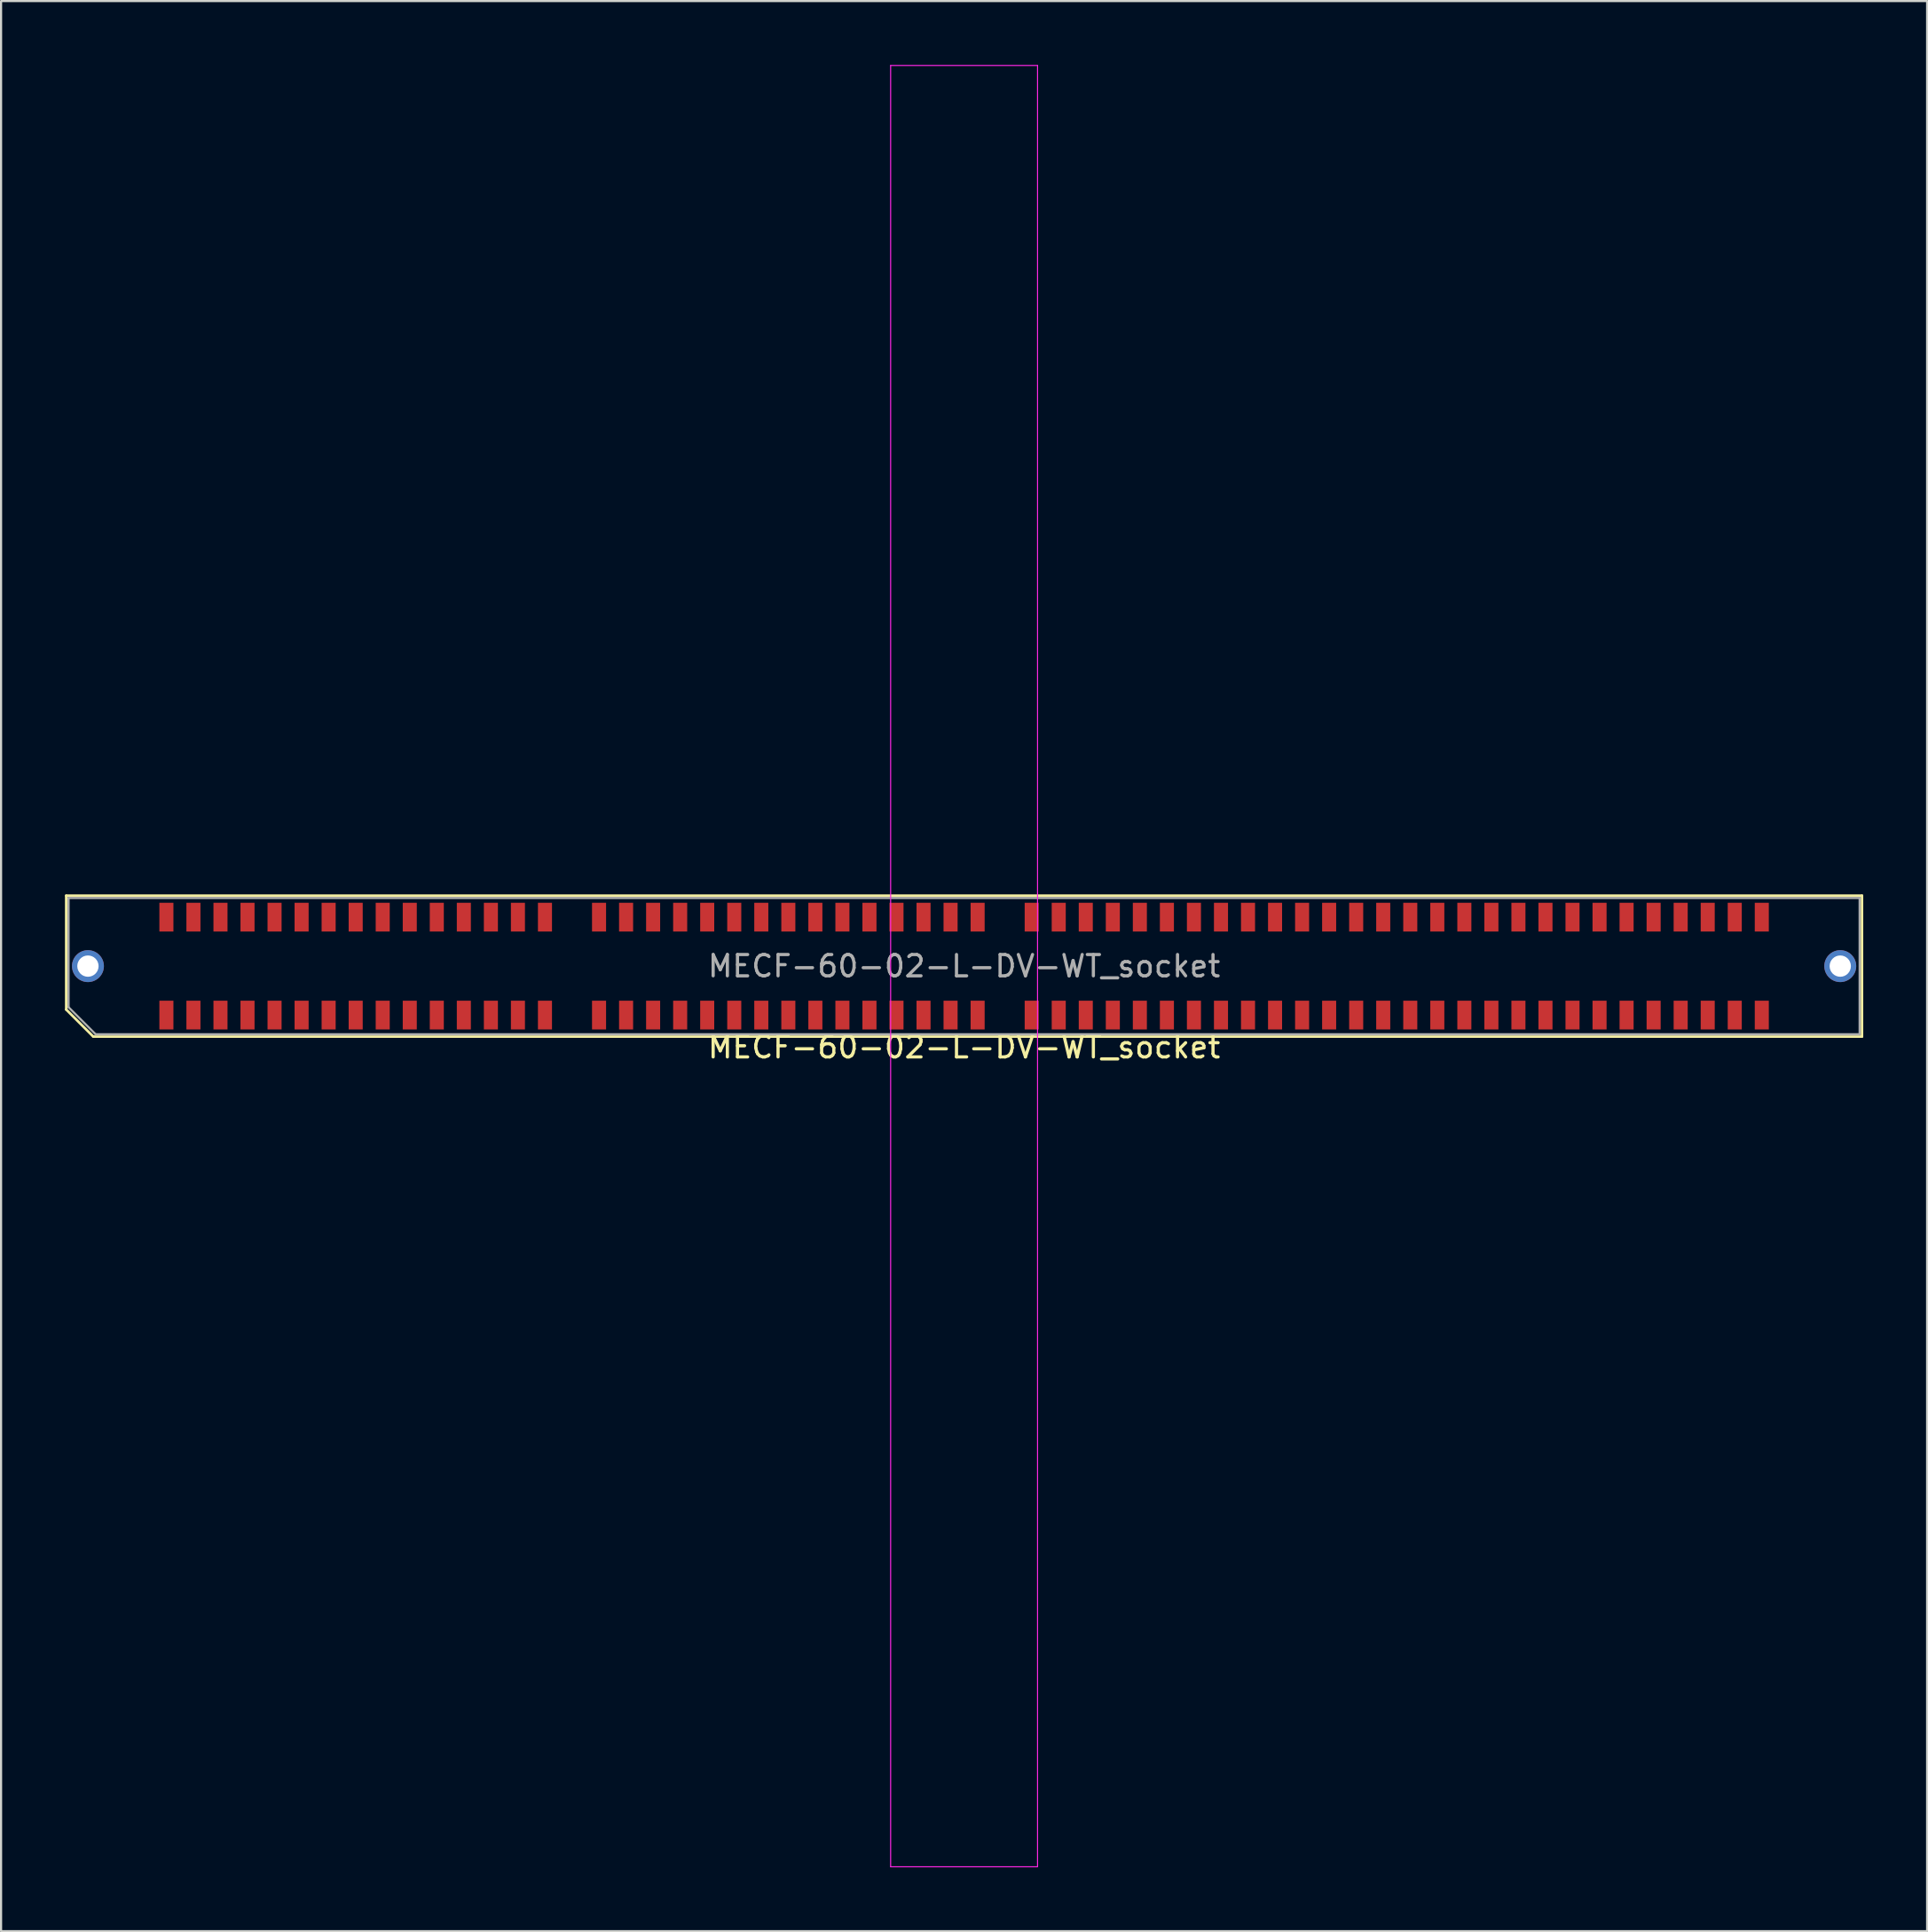
<source format=kicad_pcb>
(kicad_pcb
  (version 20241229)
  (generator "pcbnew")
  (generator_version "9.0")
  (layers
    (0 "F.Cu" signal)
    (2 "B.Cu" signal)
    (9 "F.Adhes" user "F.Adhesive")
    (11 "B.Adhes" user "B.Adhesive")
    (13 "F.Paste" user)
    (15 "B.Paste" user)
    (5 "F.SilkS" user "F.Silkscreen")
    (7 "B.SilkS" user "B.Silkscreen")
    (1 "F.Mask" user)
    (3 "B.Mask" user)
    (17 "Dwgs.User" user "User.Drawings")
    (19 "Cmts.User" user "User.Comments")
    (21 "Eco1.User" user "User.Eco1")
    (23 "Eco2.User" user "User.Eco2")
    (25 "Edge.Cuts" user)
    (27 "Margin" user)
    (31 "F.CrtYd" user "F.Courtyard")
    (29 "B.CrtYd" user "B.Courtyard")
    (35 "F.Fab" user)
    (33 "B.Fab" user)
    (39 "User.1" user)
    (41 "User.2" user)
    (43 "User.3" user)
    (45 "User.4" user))
  (footprint "MECF-60-02-L-DV-WT_socket"
    (layer "F.Cu")
    (at 42.23 42.335)
    (property "Reference" "MECF-60-02-L-DV-WT_socket" (at 0 3.81 0) (layer "F.SilkS") (effects (font (size 1 1) (thickness 0.15))))
    (attr smd)
    (fp_line (start -42.17 -3.31) (end 42.17 -3.31) (stroke (width 0.12) (type solid)) (layer "F.SilkS"))
    (fp_line (start -42.17 2.04) (end -42.17 -3.31) (stroke (width 0.12) (type solid)) (layer "F.SilkS"))
    (fp_line (start -40.9 3.31) (end -42.17 2.04) (stroke (width 0.12) (type solid)) (layer "F.SilkS"))
    (fp_line (start -40.9 3.31) (end 42.17 3.31) (stroke (width 0.12) (type solid)) (layer "F.SilkS"))
    (fp_line (start 42.17 3.31) (end 42.17 -3.31) (stroke (width 0.12) (type solid)) (layer "F.SilkS"))
    (fp_line (start -3.45 -42.31) (end -3.45 42.31) (stroke (width 0.05) (type solid)) (layer "F.CrtYd"))
    (fp_line (start -3.45 42.31) (end 3.45 42.31) (stroke (width 0.05) (type solid)) (layer "F.CrtYd"))
    (fp_line (start 3.45 -42.31) (end -3.45 -42.31) (stroke (width 0.05) (type solid)) (layer "F.CrtYd"))
    (fp_line (start 3.45 42.31) (end 3.45 -42.31) (stroke (width 0.05) (type solid)) (layer "F.CrtYd"))
    (fp_line (start -42.06 -3.2) (end 42.06 -3.2) (stroke (width 0.1) (type solid)) (layer "F.Fab"))
    (fp_line (start -42.06 1.93) (end -42.06 -3.2) (stroke (width 0.1) (type solid)) (layer "F.Fab"))
    (fp_line (start -42.06 1.93) (end -40.79 3.2) (stroke (width 0.1) (type solid)) (layer "F.Fab"))
    (fp_line (start -40.79 3.2) (end 42.06 3.2) (stroke (width 0.1) (type solid)) (layer "F.Fab"))
    (fp_line (start 42.06 3.2) (end 42.06 -3.2) (stroke (width 0.1) (type solid)) (layer "F.Fab"))
    (fp_text user "${REFERENCE}" (at 0 0 0) (layer "F.Fab") (effects (font (size 1 1) (thickness 0.15))))
    (pad "" np_thru_hole circle (at -39.245 0) (size 0.001 0.001) (drill 1.45) (layers "*.Cu" "*.Mask"))
    (pad "" np_thru_hole circle (at 39.245 1) (size 0.001 0.001) (drill 1.45) (layers "*.Cu" "*.Mask"))
    (pad "1" smd rect (at -37.465 2.3) (size 0.66 1.35) (layers "F.Cu" "F.Mask" "F.Paste"))
    (pad "2" smd rect (at -37.465 -2.3) (size 0.66 1.35) (layers "F.Cu" "F.Mask" "F.Paste"))
    (pad "3" smd rect (at -36.195 2.3) (size 0.66 1.35) (layers "F.Cu" "F.Mask" "F.Paste"))
    (pad "4" smd rect (at -36.195 -2.3) (size 0.66 1.35) (layers "F.Cu" "F.Mask" "F.Paste"))
    (pad "5" smd rect (at -34.925 2.3) (size 0.66 1.35) (layers "F.Cu" "F.Mask" "F.Paste"))
    (pad "6" smd rect (at -34.925 -2.3) (size 0.66 1.35) (layers "F.Cu" "F.Mask" "F.Paste"))
    (pad "7" smd rect (at -33.655 2.3) (size 0.66 1.35) (layers "F.Cu" "F.Mask" "F.Paste"))
    (pad "8" smd rect (at -33.655 -2.3) (size 0.66 1.35) (layers "F.Cu" "F.Mask" "F.Paste"))
    (pad "9" smd rect (at -32.385 2.3) (size 0.66 1.35) (layers "F.Cu" "F.Mask" "F.Paste"))
    (pad "10" smd rect (at -32.385 -2.3) (size 0.66 1.35) (layers "F.Cu" "F.Mask" "F.Paste"))
    (pad "11" smd rect (at -31.115 2.3) (size 0.66 1.35) (layers "F.Cu" "F.Mask" "F.Paste"))
    (pad "12" smd rect (at -31.115 -2.3) (size 0.66 1.35) (layers "F.Cu" "F.Mask" "F.Paste"))
    (pad "13" smd rect (at -29.845 2.3) (size 0.66 1.35) (layers "F.Cu" "F.Mask" "F.Paste"))
    (pad "14" smd rect (at -29.845 -2.3) (size 0.66 1.35) (layers "F.Cu" "F.Mask" "F.Paste"))
    (pad "15" smd rect (at -28.575 2.3) (size 0.66 1.35) (layers "F.Cu" "F.Mask" "F.Paste"))
    (pad "16" smd rect (at -28.575 -2.3) (size 0.66 1.35) (layers "F.Cu" "F.Mask" "F.Paste"))
    (pad "17" smd rect (at -27.305 2.3) (size 0.66 1.35) (layers "F.Cu" "F.Mask" "F.Paste"))
    (pad "18" smd rect (at -27.305 -2.3) (size 0.66 1.35) (layers "F.Cu" "F.Mask" "F.Paste"))
    (pad "19" smd rect (at -26.035 2.3) (size 0.66 1.35) (layers "F.Cu" "F.Mask" "F.Paste"))
    (pad "20" smd rect (at -26.035 -2.3) (size 0.66 1.35) (layers "F.Cu" "F.Mask" "F.Paste"))
    (pad "21" smd rect (at -24.765 2.3) (size 0.66 1.35) (layers "F.Cu" "F.Mask" "F.Paste"))
    (pad "22" smd rect (at -24.765 -2.3) (size 0.66 1.35) (layers "F.Cu" "F.Mask" "F.Paste"))
    (pad "23" smd rect (at -23.495 2.3) (size 0.66 1.35) (layers "F.Cu" "F.Mask" "F.Paste"))
    (pad "24" smd rect (at -23.495 -2.3) (size 0.66 1.35) (layers "F.Cu" "F.Mask" "F.Paste"))
    (pad "25" smd rect (at -22.225 2.3) (size 0.66 1.35) (layers "F.Cu" "F.Mask" "F.Paste"))
    (pad "26" smd rect (at -22.225 -2.3) (size 0.66 1.35) (layers "F.Cu" "F.Mask" "F.Paste"))
    (pad "27" smd rect (at -20.955 2.3) (size 0.66 1.35) (layers "F.Cu" "F.Mask" "F.Paste"))
    (pad "28" smd rect (at -20.955 -2.3) (size 0.66 1.35) (layers "F.Cu" "F.Mask" "F.Paste"))
    (pad "29" smd rect (at -19.685 2.3) (size 0.66 1.35) (layers "F.Cu" "F.Mask" "F.Paste"))
    (pad "30" smd rect (at -19.685 -2.3) (size 0.66 1.35) (layers "F.Cu" "F.Mask" "F.Paste"))
    (pad "33" smd rect (at -17.145 2.3) (size 0.66 1.35) (layers "F.Cu" "F.Mask" "F.Paste"))
    (pad "34" smd rect (at -17.145 -2.3) (size 0.66 1.35) (layers "F.Cu" "F.Mask" "F.Paste"))
    (pad "35" smd rect (at -15.875 2.3) (size 0.66 1.35) (layers "F.Cu" "F.Mask" "F.Paste"))
    (pad "36" smd rect (at -15.875 -2.3) (size 0.66 1.35) (layers "F.Cu" "F.Mask" "F.Paste"))
    (pad "37" smd rect (at -14.605 2.3) (size 0.66 1.35) (layers "F.Cu" "F.Mask" "F.Paste"))
    (pad "38" smd rect (at -14.605 -2.3) (size 0.66 1.35) (layers "F.Cu" "F.Mask" "F.Paste"))
    (pad "39" smd rect (at -13.335 2.3) (size 0.66 1.35) (layers "F.Cu" "F.Mask" "F.Paste"))
    (pad "40" smd rect (at -13.335 -2.3) (size 0.66 1.35) (layers "F.Cu" "F.Mask" "F.Paste"))
    (pad "41" smd rect (at -12.065 2.3) (size 0.66 1.35) (layers "F.Cu" "F.Mask" "F.Paste"))
    (pad "42" smd rect (at -12.065 -2.3) (size 0.66 1.35) (layers "F.Cu" "F.Mask" "F.Paste"))
    (pad "43" smd rect (at -10.795 2.3) (size 0.66 1.35) (layers "F.Cu" "F.Mask" "F.Paste"))
    (pad "44" smd rect (at -10.795 -2.3) (size 0.66 1.35) (layers "F.Cu" "F.Mask" "F.Paste"))
    (pad "45" smd rect (at -9.525 2.3) (size 0.66 1.35) (layers "F.Cu" "F.Mask" "F.Paste"))
    (pad "46" smd rect (at -9.525 -2.3) (size 0.66 1.35) (layers "F.Cu" "F.Mask" "F.Paste"))
    (pad "47" smd rect (at -8.255 2.3) (size 0.66 1.35) (layers "F.Cu" "F.Mask" "F.Paste"))
    (pad "48" smd rect (at -8.255 -2.3) (size 0.66 1.35) (layers "F.Cu" "F.Mask" "F.Paste"))
    (pad "49" smd rect (at -6.985 2.3) (size 0.66 1.35) (layers "F.Cu" "F.Mask" "F.Paste"))
    (pad "50" smd rect (at -6.985 -2.3) (size 0.66 1.35) (layers "F.Cu" "F.Mask" "F.Paste"))
    (pad "51" smd rect (at -5.715 2.3) (size 0.66 1.35) (layers "F.Cu" "F.Mask" "F.Paste"))
    (pad "52" smd rect (at -5.715 -2.3) (size 0.66 1.35) (layers "F.Cu" "F.Mask" "F.Paste"))
    (pad "53" smd rect (at -4.445 2.3) (size 0.66 1.35) (layers "F.Cu" "F.Mask" "F.Paste"))
    (pad "54" smd rect (at -4.445 -2.3) (size 0.66 1.35) (layers "F.Cu" "F.Mask" "F.Paste"))
    (pad "55" smd rect (at -3.175 2.3) (size 0.66 1.35) (layers "F.Cu" "F.Mask" "F.Paste"))
    (pad "56" smd rect (at -3.175 -2.3) (size 0.66 1.35) (layers "F.Cu" "F.Mask" "F.Paste"))
    (pad "57" smd rect (at -1.905 2.3) (size 0.66 1.35) (layers "F.Cu" "F.Mask" "F.Paste"))
    (pad "58" smd rect (at -1.905 -2.3) (size 0.66 1.35) (layers "F.Cu" "F.Mask" "F.Paste"))
    (pad "59" smd rect (at -0.635 2.3) (size 0.66 1.35) (layers "F.Cu" "F.Mask" "F.Paste"))
    (pad "60" smd rect (at -0.635 -2.3) (size 0.66 1.35) (layers "F.Cu" "F.Mask" "F.Paste"))
    (pad "61" smd rect (at 0.635 2.3) (size 0.66 1.35) (layers "F.Cu" "F.Mask" "F.Paste"))
    (pad "62" smd rect (at 0.635 -2.3) (size 0.66 1.35) (layers "F.Cu" "F.Mask" "F.Paste"))
    (pad "65" smd rect (at 3.175 2.3) (size 0.66 1.35) (layers "F.Cu" "F.Mask" "F.Paste"))
    (pad "66" smd rect (at 3.175 -2.3) (size 0.66 1.35) (layers "F.Cu" "F.Mask" "F.Paste"))
    (pad "67" smd rect (at 4.445 2.3) (size 0.66 1.35) (layers "F.Cu" "F.Mask" "F.Paste"))
    (pad "68" smd rect (at 4.445 -2.3) (size 0.66 1.35) (layers "F.Cu" "F.Mask" "F.Paste"))
    (pad "69" smd rect (at 5.715 2.3) (size 0.66 1.35) (layers "F.Cu" "F.Mask" "F.Paste"))
    (pad "70" smd rect (at 5.715 -2.3) (size 0.66 1.35) (layers "F.Cu" "F.Mask" "F.Paste"))
    (pad "71" smd rect (at 6.985 2.3) (size 0.66 1.35) (layers "F.Cu" "F.Mask" "F.Paste"))
    (pad "72" smd rect (at 6.985 -2.3) (size 0.66 1.35) (layers "F.Cu" "F.Mask" "F.Paste"))
    (pad "73" smd rect (at 8.255 2.3) (size 0.66 1.35) (layers "F.Cu" "F.Mask" "F.Paste"))
    (pad "74" smd rect (at 8.255 -2.3) (size 0.66 1.35) (layers "F.Cu" "F.Mask" "F.Paste"))
    (pad "75" smd rect (at 9.525 2.3) (size 0.66 1.35) (layers "F.Cu" "F.Mask" "F.Paste"))
    (pad "76" smd rect (at 9.525 -2.3) (size 0.66 1.35) (layers "F.Cu" "F.Mask" "F.Paste"))
    (pad "77" smd rect (at 10.795 2.3) (size 0.66 1.35) (layers "F.Cu" "F.Mask" "F.Paste"))
    (pad "78" smd rect (at 10.795 -2.3) (size 0.66 1.35) (layers "F.Cu" "F.Mask" "F.Paste"))
    (pad "79" smd rect (at 12.065 2.3) (size 0.66 1.35) (layers "F.Cu" "F.Mask" "F.Paste"))
    (pad "80" smd rect (at 12.065 -2.3) (size 0.66 1.35) (layers "F.Cu" "F.Mask" "F.Paste"))
    (pad "81" smd rect (at 13.335 2.3) (size 0.66 1.35) (layers "F.Cu" "F.Mask" "F.Paste"))
    (pad "82" smd rect (at 13.335 -2.3) (size 0.66 1.35) (layers "F.Cu" "F.Mask" "F.Paste"))
    (pad "83" smd rect (at 14.605 2.3) (size 0.66 1.35) (layers "F.Cu" "F.Mask" "F.Paste"))
    (pad "84" smd rect (at 14.605 -2.3) (size 0.66 1.35) (layers "F.Cu" "F.Mask" "F.Paste"))
    (pad "85" smd rect (at 15.875 2.3) (size 0.66 1.35) (layers "F.Cu" "F.Mask" "F.Paste"))
    (pad "86" smd rect (at 15.875 -2.3) (size 0.66 1.35) (layers "F.Cu" "F.Mask" "F.Paste"))
    (pad "87" smd rect (at 17.145 2.3) (size 0.66 1.35) (layers "F.Cu" "F.Mask" "F.Paste"))
    (pad "88" smd rect (at 17.145 -2.3) (size 0.66 1.35) (layers "F.Cu" "F.Mask" "F.Paste"))
    (pad "89" smd rect (at 18.415 2.3) (size 0.66 1.35) (layers "F.Cu" "F.Mask" "F.Paste"))
    (pad "90" smd rect (at 18.415 -2.3) (size 0.66 1.35) (layers "F.Cu" "F.Mask" "F.Paste"))
    (pad "91" smd rect (at 19.685 2.3) (size 0.66 1.35) (layers "F.Cu" "F.Mask" "F.Paste"))
    (pad "92" smd rect (at 19.685 -2.3) (size 0.66 1.35) (layers "F.Cu" "F.Mask" "F.Paste"))
    (pad "93" smd rect (at 20.955 2.3) (size 0.66 1.35) (layers "F.Cu" "F.Mask" "F.Paste"))
    (pad "94" smd rect (at 20.955 -2.3) (size 0.66 1.35) (layers "F.Cu" "F.Mask" "F.Paste"))
    (pad "95" smd rect (at 22.225 2.3) (size 0.66 1.35) (layers "F.Cu" "F.Mask" "F.Paste"))
    (pad "96" smd rect (at 22.225 -2.3) (size 0.66 1.35) (layers "F.Cu" "F.Mask" "F.Paste"))
    (pad "97" smd rect (at 23.495 2.3) (size 0.66 1.35) (layers "F.Cu" "F.Mask" "F.Paste"))
    (pad "98" smd rect (at 23.495 -2.3) (size 0.66 1.35) (layers "F.Cu" "F.Mask" "F.Paste"))
    (pad "99" smd rect (at 24.765 2.3) (size 0.66 1.35) (layers "F.Cu" "F.Mask" "F.Paste"))
    (pad "100" smd rect (at 24.765 -2.3) (size 0.66 1.35) (layers "F.Cu" "F.Mask" "F.Paste"))
    (pad "101" smd rect (at 26.035 2.3) (size 0.66 1.35) (layers "F.Cu" "F.Mask" "F.Paste"))
    (pad "102" smd rect (at 26.035 -2.3) (size 0.66 1.35) (layers "F.Cu" "F.Mask" "F.Paste"))
    (pad "103" smd rect (at 27.305 2.3) (size 0.66 1.35) (layers "F.Cu" "F.Mask" "F.Paste"))
    (pad "104" smd rect (at 27.305 -2.3) (size 0.66 1.35) (layers "F.Cu" "F.Mask" "F.Paste"))
    (pad "105" smd rect (at 28.575 2.3) (size 0.66 1.35) (layers "F.Cu" "F.Mask" "F.Paste"))
    (pad "106" smd rect (at 28.575 -2.3) (size 0.66 1.35) (layers "F.Cu" "F.Mask" "F.Paste"))
    (pad "107" smd rect (at 29.845 2.3) (size 0.66 1.35) (layers "F.Cu" "F.Mask" "F.Paste"))
    (pad "108" smd rect (at 29.845 -2.3) (size 0.66 1.35) (layers "F.Cu" "F.Mask" "F.Paste"))
    (pad "109" smd rect (at 31.115 2.3) (size 0.66 1.35) (layers "F.Cu" "F.Mask" "F.Paste"))
    (pad "110" smd rect (at 31.115 -2.3) (size 0.66 1.35) (layers "F.Cu" "F.Mask" "F.Paste"))
    (pad "111" smd rect (at 32.385 2.3) (size 0.66 1.35) (layers "F.Cu" "F.Mask" "F.Paste"))
    (pad "112" smd rect (at 32.385 -2.3) (size 0.66 1.35) (layers "F.Cu" "F.Mask" "F.Paste"))
    (pad "113" smd rect (at 33.655 2.3) (size 0.66 1.35) (layers "F.Cu" "F.Mask" "F.Paste"))
    (pad "114" smd rect (at 33.655 -2.3) (size 0.66 1.35) (layers "F.Cu" "F.Mask" "F.Paste"))
    (pad "115" smd rect (at 34.925 2.3) (size 0.66 1.35) (layers "F.Cu" "F.Mask" "F.Paste"))
    (pad "116" smd rect (at 34.925 -2.3) (size 0.66 1.35) (layers "F.Cu" "F.Mask" "F.Paste"))
    (pad "117" smd rect (at 36.195 2.3) (size 0.66 1.35) (layers "F.Cu" "F.Mask" "F.Paste"))
    (pad "118" smd rect (at 36.195 -2.3) (size 0.66 1.35) (layers "F.Cu" "F.Mask" "F.Paste"))
    (pad "119" smd rect (at 37.465 2.3) (size 0.66 1.35) (layers "F.Cu" "F.Mask" "F.Paste"))
    (pad "120" smd rect (at 37.465 -2.3) (size 0.66 1.35) (layers "F.Cu" "F.Mask" "F.Paste"))
    (pad "None" thru_hole circle (at -41.15 0) (size 1.5 1.5) (drill 1) (layers "*.Cu" "*.Mask"))
    (pad "None" thru_hole circle (at 41.15 0) (size 1.5 1.5) (drill 1) (layers "*.Cu" "*.Mask")))
  (gr_rect
    (start -3 -3)
    (end 87.46 87.67)
    (stroke (width 0.1) (type default))
    (fill no)
    (layer "Edge.Cuts")))
</source>
